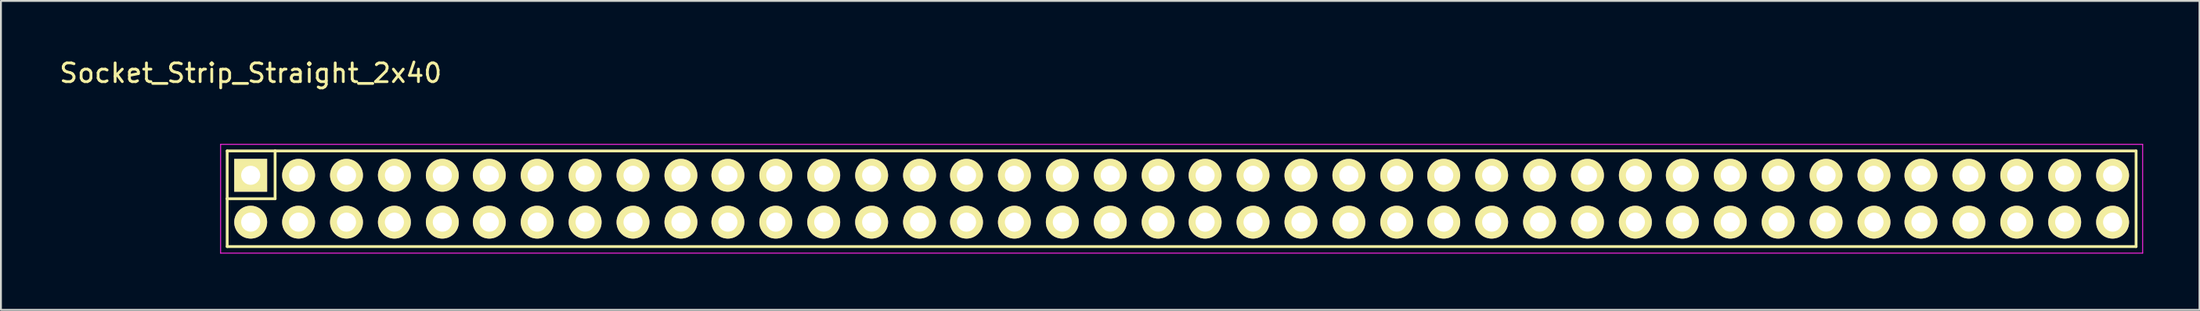
<source format=kicad_pcb>
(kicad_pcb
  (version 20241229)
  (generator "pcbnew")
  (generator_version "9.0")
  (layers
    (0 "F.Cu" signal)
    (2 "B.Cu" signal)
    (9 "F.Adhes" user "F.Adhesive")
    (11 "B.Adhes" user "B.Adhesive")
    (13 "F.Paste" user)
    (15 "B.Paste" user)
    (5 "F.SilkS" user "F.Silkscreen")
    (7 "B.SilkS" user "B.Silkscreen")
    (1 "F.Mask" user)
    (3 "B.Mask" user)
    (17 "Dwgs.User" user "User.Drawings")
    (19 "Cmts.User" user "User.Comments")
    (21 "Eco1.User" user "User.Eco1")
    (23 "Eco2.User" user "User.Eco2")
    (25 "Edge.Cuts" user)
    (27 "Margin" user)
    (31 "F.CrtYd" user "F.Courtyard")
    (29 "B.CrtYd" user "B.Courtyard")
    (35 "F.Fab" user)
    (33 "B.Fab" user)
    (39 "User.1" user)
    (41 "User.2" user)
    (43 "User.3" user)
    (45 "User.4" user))
  (footprint "Socket_Strip_Straight_2x40"
    (layer "F.Cu")
    (at 10.292 6.298)
    (property "Reference" "Socket_Strip_Straight_2x40" (at 0 -5.45 0) (layer "F.SilkS") (effects (font (size 1 1) (thickness 0.15))))
    (attr through_hole)
    (fp_line (start -1.25 -1.3) (end -1.25 1.25) (stroke (width 0.15) (type solid)) (layer "F.SilkS"))
    (fp_line (start -1.25 -1.3) (end 1.3 -1.3) (stroke (width 0.15) (type solid)) (layer "F.SilkS"))
    (fp_line (start -1.25 1.25) (end 1.3 1.25) (stroke (width 0.15) (type solid)) (layer "F.SilkS"))
    (fp_line (start -1.25 3.8) (end -1.25 1.25) (stroke (width 0.15) (type solid)) (layer "F.SilkS"))
    (fp_line (start -1.25 3.8) (end 100.35 3.8) (stroke (width 0.15) (type solid)) (layer "F.SilkS"))
    (fp_line (start 1.3 1.25) (end 1.3 -1.3) (stroke (width 0.15) (type solid)) (layer "F.SilkS"))
    (fp_line (start 100.35 -1.3) (end 1.3 -1.3) (stroke (width 0.15) (type solid)) (layer "F.SilkS"))
    (fp_line (start 100.35 3.8) (end 100.35 -1.3) (stroke (width 0.15) (type solid)) (layer "F.SilkS"))
    (fp_line (start -1.6 -1.65) (end -1.6 4.15) (stroke (width 0.05) (type solid)) (layer "F.CrtYd"))
    (fp_line (start -1.6 -1.65) (end 100.7 -1.65) (stroke (width 0.05) (type solid)) (layer "F.CrtYd"))
    (fp_line (start -1.6 4.15) (end 100.7 4.15) (stroke (width 0.05) (type solid)) (layer "F.CrtYd"))
    (fp_line (start 100.7 -1.65) (end 100.7 4.15) (stroke (width 0.05) (type solid)) (layer "F.CrtYd"))
    (pad "1" thru_hole rect (at 0 0) (size 1.75 1.75) (drill 1.016) (layers "*.Cu" "*.Mask" "F.SilkS"))
    (pad "2" thru_hole oval (at 0 2.5) (size 1.75 1.75) (drill 1.016) (layers "*.Cu" "*.Mask" "F.SilkS"))
    (pad "3" thru_hole oval (at 2.55 0) (size 1.75 1.75) (drill 1.016) (layers "*.Cu" "*.Mask" "F.SilkS"))
    (pad "4" thru_hole oval (at 2.55 2.5) (size 1.75 1.75) (drill 1.016) (layers "*.Cu" "*.Mask" "F.SilkS"))
    (pad "5" thru_hole oval (at 5.1 0) (size 1.75 1.75) (drill 1.016) (layers "*.Cu" "*.Mask" "F.SilkS"))
    (pad "6" thru_hole oval (at 5.1 2.5) (size 1.75 1.75) (drill 1.016) (layers "*.Cu" "*.Mask" "F.SilkS"))
    (pad "7" thru_hole oval (at 7.65 0) (size 1.75 1.75) (drill 1.016) (layers "*.Cu" "*.Mask" "F.SilkS"))
    (pad "8" thru_hole oval (at 7.65 2.5) (size 1.75 1.75) (drill 1.016) (layers "*.Cu" "*.Mask" "F.SilkS"))
    (pad "9" thru_hole oval (at 10.2 0) (size 1.75 1.75) (drill 1.016) (layers "*.Cu" "*.Mask" "F.SilkS"))
    (pad "10" thru_hole oval (at 10.2 2.5) (size 1.75 1.75) (drill 1.016) (layers "*.Cu" "*.Mask" "F.SilkS"))
    (pad "11" thru_hole oval (at 12.7 0) (size 1.75 1.75) (drill 1.016) (layers "*.Cu" "*.Mask" "F.SilkS"))
    (pad "12" thru_hole oval (at 12.7 2.5) (size 1.75 1.75) (drill 1.016) (layers "*.Cu" "*.Mask" "F.SilkS"))
    (pad "13" thru_hole oval (at 15.25 0) (size 1.75 1.75) (drill 1.016) (layers "*.Cu" "*.Mask" "F.SilkS"))
    (pad "14" thru_hole oval (at 15.25 2.5) (size 1.75 1.75) (drill 1.016) (layers "*.Cu" "*.Mask" "F.SilkS"))
    (pad "15" thru_hole oval (at 17.8 0) (size 1.75 1.75) (drill 1.016) (layers "*.Cu" "*.Mask" "F.SilkS"))
    (pad "16" thru_hole oval (at 17.8 2.5) (size 1.75 1.75) (drill 1.016) (layers "*.Cu" "*.Mask" "F.SilkS"))
    (pad "17" thru_hole oval (at 20.35 0) (size 1.75 1.75) (drill 1.016) (layers "*.Cu" "*.Mask" "F.SilkS"))
    (pad "18" thru_hole oval (at 20.35 2.5) (size 1.75 1.75) (drill 1.016) (layers "*.Cu" "*.Mask" "F.SilkS"))
    (pad "19" thru_hole oval (at 22.9 0) (size 1.75 1.75) (drill 1.016) (layers "*.Cu" "*.Mask" "F.SilkS"))
    (pad "20" thru_hole oval (at 22.9 2.5) (size 1.75 1.75) (drill 1.016) (layers "*.Cu" "*.Mask" "F.SilkS"))
    (pad "21" thru_hole oval (at 25.4 0) (size 1.75 1.75) (drill 1.016) (layers "*.Cu" "*.Mask" "F.SilkS"))
    (pad "22" thru_hole oval (at 25.4 2.5) (size 1.75 1.75) (drill 1.016) (layers "*.Cu" "*.Mask" "F.SilkS"))
    (pad "23" thru_hole oval (at 27.95 0) (size 1.75 1.75) (drill 1.016) (layers "*.Cu" "*.Mask" "F.SilkS"))
    (pad "24" thru_hole oval (at 27.95 2.5) (size 1.75 1.75) (drill 1.016) (layers "*.Cu" "*.Mask" "F.SilkS"))
    (pad "25" thru_hole oval (at 30.5 0) (size 1.75 1.75) (drill 1.016) (layers "*.Cu" "*.Mask" "F.SilkS"))
    (pad "26" thru_hole oval (at 30.5 2.5) (size 1.75 1.75) (drill 1.016) (layers "*.Cu" "*.Mask" "F.SilkS"))
    (pad "27" thru_hole oval (at 33.05 0) (size 1.75 1.75) (drill 1.016) (layers "*.Cu" "*.Mask" "F.SilkS"))
    (pad "28" thru_hole oval (at 33.05 2.5) (size 1.75 1.75) (drill 1.016) (layers "*.Cu" "*.Mask" "F.SilkS"))
    (pad "29" thru_hole oval (at 35.6 0) (size 1.75 1.75) (drill 1.016) (layers "*.Cu" "*.Mask" "F.SilkS"))
    (pad "30" thru_hole oval (at 35.6 2.5) (size 1.75 1.75) (drill 1.016) (layers "*.Cu" "*.Mask" "F.SilkS"))
    (pad "31" thru_hole oval (at 38.1 0) (size 1.75 1.75) (drill 1.016) (layers "*.Cu" "*.Mask" "F.SilkS"))
    (pad "32" thru_hole oval (at 38.1 2.5) (size 1.75 1.75) (drill 1.016) (layers "*.Cu" "*.Mask" "F.SilkS"))
    (pad "33" thru_hole oval (at 40.65 0) (size 1.75 1.75) (drill 1.016) (layers "*.Cu" "*.Mask" "F.SilkS"))
    (pad "34" thru_hole oval (at 40.65 2.5) (size 1.75 1.75) (drill 1.016) (layers "*.Cu" "*.Mask" "F.SilkS"))
    (pad "35" thru_hole oval (at 43.2 0) (size 1.75 1.75) (drill 1.016) (layers "*.Cu" "*.Mask" "F.SilkS"))
    (pad "36" thru_hole oval (at 43.2 2.5) (size 1.75 1.75) (drill 1.016) (layers "*.Cu" "*.Mask" "F.SilkS"))
    (pad "37" thru_hole oval (at 45.75 0) (size 1.75 1.75) (drill 1.016) (layers "*.Cu" "*.Mask" "F.SilkS"))
    (pad "38" thru_hole oval (at 45.75 2.5) (size 1.75 1.75) (drill 1.016) (layers "*.Cu" "*.Mask" "F.SilkS"))
    (pad "39" thru_hole oval (at 48.3 0) (size 1.75 1.75) (drill 1.016) (layers "*.Cu" "*.Mask" "F.SilkS"))
    (pad "40" thru_hole oval (at 48.3 2.5) (size 1.75 1.75) (drill 1.016) (layers "*.Cu" "*.Mask" "F.SilkS"))
    (pad "41" thru_hole oval (at 50.8 0) (size 1.75 1.75) (drill 1.016) (layers "*.Cu" "*.Mask" "F.SilkS"))
    (pad "42" thru_hole oval (at 50.8 2.5) (size 1.75 1.75) (drill 1.016) (layers "*.Cu" "*.Mask" "F.SilkS"))
    (pad "43" thru_hole oval (at 53.35 0) (size 1.75 1.75) (drill 1.016) (layers "*.Cu" "*.Mask" "F.SilkS"))
    (pad "44" thru_hole oval (at 53.35 2.5) (size 1.75 1.75) (drill 1.016) (layers "*.Cu" "*.Mask" "F.SilkS"))
    (pad "45" thru_hole oval (at 55.9 0) (size 1.75 1.75) (drill 1.016) (layers "*.Cu" "*.Mask" "F.SilkS"))
    (pad "46" thru_hole oval (at 55.9 2.5) (size 1.75 1.75) (drill 1.016) (layers "*.Cu" "*.Mask" "F.SilkS"))
    (pad "47" thru_hole oval (at 58.45 0) (size 1.75 1.75) (drill 1.016) (layers "*.Cu" "*.Mask" "F.SilkS"))
    (pad "48" thru_hole oval (at 58.45 2.5) (size 1.75 1.75) (drill 1.016) (layers "*.Cu" "*.Mask" "F.SilkS"))
    (pad "49" thru_hole oval (at 61 0) (size 1.75 1.75) (drill 1.016) (layers "*.Cu" "*.Mask" "F.SilkS"))
    (pad "50" thru_hole oval (at 61 2.5) (size 1.75 1.75) (drill 1.016) (layers "*.Cu" "*.Mask" "F.SilkS"))
    (pad "51" thru_hole oval (at 63.5 0) (size 1.75 1.75) (drill 1.016) (layers "*.Cu" "*.Mask" "F.SilkS"))
    (pad "52" thru_hole oval (at 63.5 2.5) (size 1.75 1.75) (drill 1.016) (layers "*.Cu" "*.Mask" "F.SilkS"))
    (pad "53" thru_hole oval (at 66.05 0) (size 1.75 1.75) (drill 1.016) (layers "*.Cu" "*.Mask" "F.SilkS"))
    (pad "54" thru_hole oval (at 66.05 2.5) (size 1.75 1.75) (drill 1.016) (layers "*.Cu" "*.Mask" "F.SilkS"))
    (pad "55" thru_hole oval (at 68.6 0) (size 1.75 1.75) (drill 1.016) (layers "*.Cu" "*.Mask" "F.SilkS"))
    (pad "56" thru_hole oval (at 68.6 2.5) (size 1.75 1.75) (drill 1.016) (layers "*.Cu" "*.Mask" "F.SilkS"))
    (pad "57" thru_hole oval (at 71.15 0) (size 1.75 1.75) (drill 1.016) (layers "*.Cu" "*.Mask" "F.SilkS"))
    (pad "58" thru_hole oval (at 71.15 2.5) (size 1.75 1.75) (drill 1.016) (layers "*.Cu" "*.Mask" "F.SilkS"))
    (pad "59" thru_hole oval (at 73.7 0) (size 1.75 1.75) (drill 1.016) (layers "*.Cu" "*.Mask" "F.SilkS"))
    (pad "60" thru_hole oval (at 73.7 2.5) (size 1.75 1.75) (drill 1.016) (layers "*.Cu" "*.Mask" "F.SilkS"))
    (pad "61" thru_hole oval (at 76.2 0) (size 1.75 1.75) (drill 1.016) (layers "*.Cu" "*.Mask" "F.SilkS"))
    (pad "62" thru_hole oval (at 76.2 2.5) (size 1.75 1.75) (drill 1.016) (layers "*.Cu" "*.Mask" "F.SilkS"))
    (pad "63" thru_hole oval (at 78.75 0) (size 1.75 1.75) (drill 1.016) (layers "*.Cu" "*.Mask" "F.SilkS"))
    (pad "64" thru_hole oval (at 78.75 2.5) (size 1.75 1.75) (drill 1.016) (layers "*.Cu" "*.Mask" "F.SilkS"))
    (pad "65" thru_hole oval (at 81.3 0) (size 1.75 1.75) (drill 1.016) (layers "*.Cu" "*.Mask" "F.SilkS"))
    (pad "66" thru_hole oval (at 81.3 2.5) (size 1.75 1.75) (drill 1.016) (layers "*.Cu" "*.Mask" "F.SilkS"))
    (pad "67" thru_hole oval (at 83.85 0) (size 1.75 1.75) (drill 1.016) (layers "*.Cu" "*.Mask" "F.SilkS"))
    (pad "68" thru_hole oval (at 83.85 2.5) (size 1.75 1.75) (drill 1.016) (layers "*.Cu" "*.Mask" "F.SilkS"))
    (pad "69" thru_hole oval (at 86.4 0) (size 1.75 1.75) (drill 1.016) (layers "*.Cu" "*.Mask" "F.SilkS"))
    (pad "70" thru_hole oval (at 86.4 2.5) (size 1.75 1.75) (drill 1.016) (layers "*.Cu" "*.Mask" "F.SilkS"))
    (pad "71" thru_hole oval (at 88.9 0) (size 1.75 1.75) (drill 1.016) (layers "*.Cu" "*.Mask" "F.SilkS"))
    (pad "72" thru_hole oval (at 88.9 2.5) (size 1.75 1.75) (drill 1.016) (layers "*.Cu" "*.Mask" "F.SilkS"))
    (pad "73" thru_hole oval (at 91.45 0) (size 1.75 1.75) (drill 1.016) (layers "*.Cu" "*.Mask" "F.SilkS"))
    (pad "74" thru_hole oval (at 91.45 2.5) (size 1.75 1.75) (drill 1.016) (layers "*.Cu" "*.Mask" "F.SilkS"))
    (pad "75" thru_hole oval (at 94 0) (size 1.75 1.75) (drill 1.016) (layers "*.Cu" "*.Mask" "F.SilkS"))
    (pad "76" thru_hole oval (at 94 2.5) (size 1.75 1.75) (drill 1.016) (layers "*.Cu" "*.Mask" "F.SilkS"))
    (pad "77" thru_hole oval (at 96.55 0) (size 1.75 1.75) (drill 1.016) (layers "*.Cu" "*.Mask" "F.SilkS"))
    (pad "78" thru_hole oval (at 96.55 2.5) (size 1.75 1.75) (drill 1.016) (layers "*.Cu" "*.Mask" "F.SilkS"))
    (pad "79" thru_hole oval (at 99.1 0) (size 1.75 1.75) (drill 1.016) (layers "*.Cu" "*.Mask" "F.SilkS"))
    (pad "80" thru_hole oval (at 99.1 2.5) (size 1.75 1.75) (drill 1.016) (layers "*.Cu" "*.Mask" "F.SilkS")))
  (gr_rect
    (start -3 -3)
    (end 114.017 13.473)
    (stroke (width 0.1) (type default))
    (fill no)
    (layer "Edge.Cuts")))
</source>
